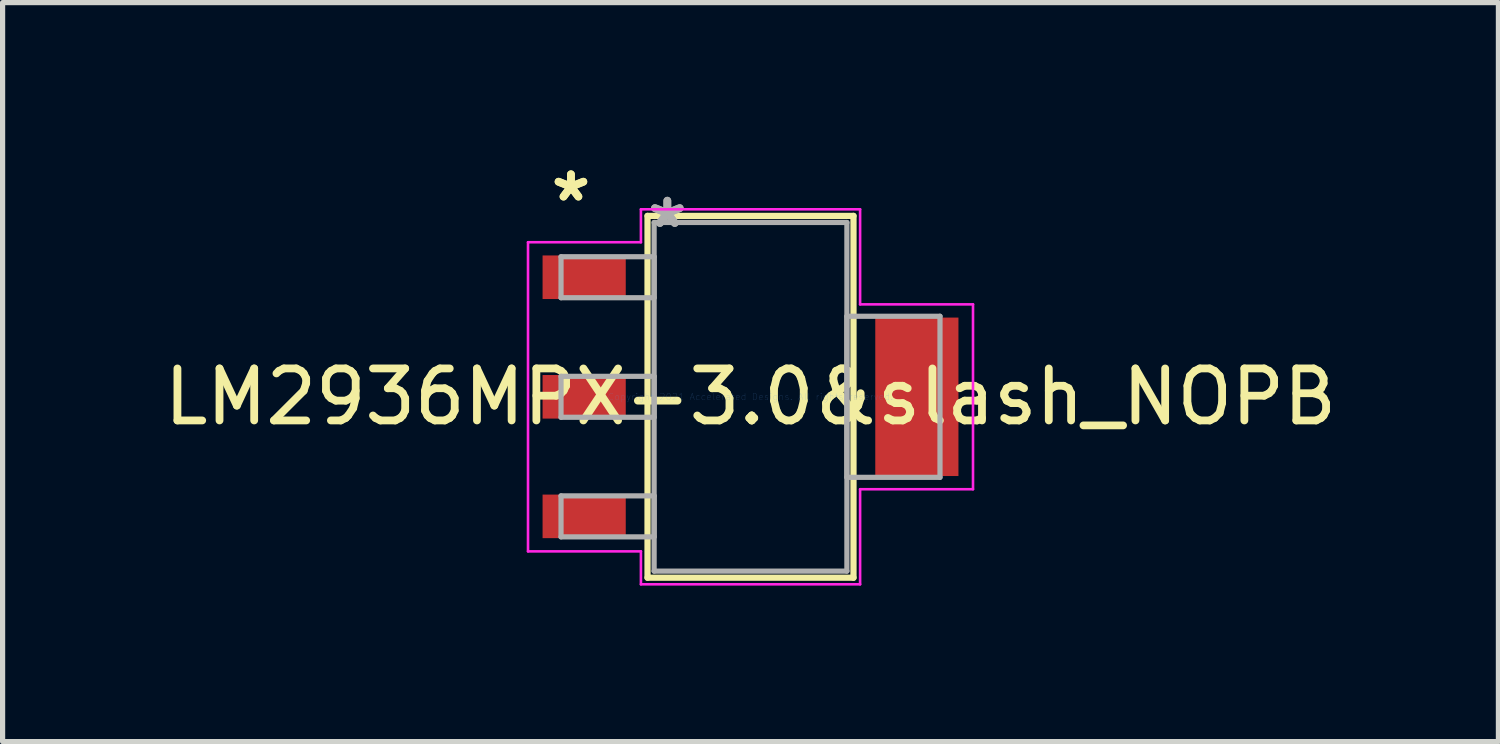
<source format=kicad_pcb>
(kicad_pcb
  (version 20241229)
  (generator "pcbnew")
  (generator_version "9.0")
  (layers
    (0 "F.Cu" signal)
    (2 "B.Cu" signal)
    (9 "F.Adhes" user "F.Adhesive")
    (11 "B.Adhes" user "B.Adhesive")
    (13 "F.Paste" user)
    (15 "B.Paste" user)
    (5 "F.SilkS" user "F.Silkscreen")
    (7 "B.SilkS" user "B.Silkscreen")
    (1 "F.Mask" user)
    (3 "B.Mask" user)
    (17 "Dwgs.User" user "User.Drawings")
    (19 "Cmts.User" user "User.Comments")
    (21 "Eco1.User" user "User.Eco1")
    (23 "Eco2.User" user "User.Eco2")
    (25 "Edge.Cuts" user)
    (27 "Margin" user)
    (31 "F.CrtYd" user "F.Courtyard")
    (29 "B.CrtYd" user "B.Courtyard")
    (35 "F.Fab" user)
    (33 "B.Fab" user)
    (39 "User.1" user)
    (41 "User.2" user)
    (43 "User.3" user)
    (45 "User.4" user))
  (footprint "LM2936MPX-3.0&slash_NOPB"
    (layer "F.Cu")
    (at 11.387 4.583)
    (property "Reference" "LM2936MPX-3.0&slash_NOPB" (at 0 0 0) (layer "F.SilkS") (effects (font (size 1 1) (thickness 0.15))))
    (attr through_hole)
    (fp_line (start -1.981 -3.48) (end -1.981 3.48) (stroke (width 0.12) (type solid)) (layer "F.SilkS"))
    (fp_line (start -1.981 3.48) (end 1.981 3.48) (stroke (width 0.12) (type solid)) (layer "F.SilkS"))
    (fp_line (start 1.981 -3.48) (end -1.981 -3.48) (stroke (width 0.12) (type solid)) (layer "F.SilkS"))
    (fp_line (start 1.981 3.48) (end 1.981 -3.48) (stroke (width 0.12) (type solid)) (layer "F.SilkS"))
    (fp_line (start -4.28 -2.973) (end -2.108 -2.973) (stroke (width 0.05) (type solid)) (layer "F.CrtYd"))
    (fp_line (start -4.28 2.973) (end -4.28 -2.973) (stroke (width 0.05) (type solid)) (layer "F.CrtYd"))
    (fp_line (start -2.108 -3.607) (end 2.108 -3.607) (stroke (width 0.05) (type solid)) (layer "F.CrtYd"))
    (fp_line (start -2.108 -2.973) (end -2.108 -3.607) (stroke (width 0.05) (type solid)) (layer "F.CrtYd"))
    (fp_line (start -2.108 2.973) (end -4.28 2.973) (stroke (width 0.05) (type solid)) (layer "F.CrtYd"))
    (fp_line (start -2.108 3.607) (end -2.108 2.973) (stroke (width 0.05) (type solid)) (layer "F.CrtYd"))
    (fp_line (start 2.108 -3.607) (end 2.108 -1.778) (stroke (width 0.05) (type solid)) (layer "F.CrtYd"))
    (fp_line (start 2.108 -1.778) (end 4.28 -1.778) (stroke (width 0.05) (type solid)) (layer "F.CrtYd"))
    (fp_line (start 2.108 1.778) (end 2.108 3.607) (stroke (width 0.05) (type solid)) (layer "F.CrtYd"))
    (fp_line (start 2.108 3.607) (end -2.108 3.607) (stroke (width 0.05) (type solid)) (layer "F.CrtYd"))
    (fp_line (start 4.28 -1.778) (end 4.28 1.778) (stroke (width 0.05) (type solid)) (layer "F.CrtYd"))
    (fp_line (start 4.28 1.778) (end 2.108 1.778) (stroke (width 0.05) (type solid)) (layer "F.CrtYd"))
    (fp_line (start -3.645 -2.694) (end -3.645 -1.906) (stroke (width 0.1) (type solid)) (layer "F.Fab"))
    (fp_line (start -3.645 -1.906) (end -1.854 -1.906) (stroke (width 0.1) (type solid)) (layer "F.Fab"))
    (fp_line (start -3.645 -0.394) (end -3.645 0.394) (stroke (width 0.1) (type solid)) (layer "F.Fab"))
    (fp_line (start -3.645 0.394) (end -1.854 0.394) (stroke (width 0.1) (type solid)) (layer "F.Fab"))
    (fp_line (start -3.645 1.906) (end -3.645 2.694) (stroke (width 0.1) (type solid)) (layer "F.Fab"))
    (fp_line (start -3.645 2.694) (end -1.854 2.694) (stroke (width 0.1) (type solid)) (layer "F.Fab"))
    (fp_line (start -1.854 -3.353) (end -1.854 3.353) (stroke (width 0.1) (type solid)) (layer "F.Fab"))
    (fp_line (start -1.854 -2.694) (end -3.645 -2.694) (stroke (width 0.1) (type solid)) (layer "F.Fab"))
    (fp_line (start -1.854 -1.906) (end -1.854 -2.694) (stroke (width 0.1) (type solid)) (layer "F.Fab"))
    (fp_line (start -1.854 -0.394) (end -3.645 -0.394) (stroke (width 0.1) (type solid)) (layer "F.Fab"))
    (fp_line (start -1.854 0.394) (end -1.854 -0.394) (stroke (width 0.1) (type solid)) (layer "F.Fab"))
    (fp_line (start -1.854 1.906) (end -3.645 1.906) (stroke (width 0.1) (type solid)) (layer "F.Fab"))
    (fp_line (start -1.854 2.694) (end -1.854 1.906) (stroke (width 0.1) (type solid)) (layer "F.Fab"))
    (fp_line (start -1.854 3.353) (end 1.854 3.353) (stroke (width 0.1) (type solid)) (layer "F.Fab"))
    (fp_line (start 1.854 -3.353) (end -1.854 -3.353) (stroke (width 0.1) (type solid)) (layer "F.Fab"))
    (fp_line (start 1.854 -1.549) (end 1.854 1.549) (stroke (width 0.1) (type solid)) (layer "F.Fab"))
    (fp_line (start 1.854 1.549) (end 3.645 1.549) (stroke (width 0.1) (type solid)) (layer "F.Fab"))
    (fp_line (start 1.854 3.353) (end 1.854 -3.353) (stroke (width 0.1) (type solid)) (layer "F.Fab"))
    (fp_line (start 3.645 -1.549) (end 1.854 -1.549) (stroke (width 0.1) (type solid)) (layer "F.Fab"))
    (fp_line (start 3.645 1.549) (end 3.645 -1.549) (stroke (width 0.1) (type solid)) (layer "F.Fab"))
    (fp_text user "*" (at -3.454 -3.735 0) (layer "F.SilkS") (effects (font (size 1 1) (thickness 0.15))))
    (fp_text user "*" (at -3.454 -3.735 0) (layer "F.SilkS") (effects (font (size 1 1) (thickness 0.15))))
    (fp_text user "Copyright 2021 Accelerated Designs. All rights reserved." (at 0 0 0) (layer "Cmts.User") (effects (font (size 0.127 0.127) (thickness 0.002))))
    (fp_text user "*" (at -1.6 -3.227 0) (layer "F.Fab") (effects (font (size 1 1) (thickness 0.15))))
    (fp_text user "*" (at -1.6 -3.227 0) (layer "F.Fab") (effects (font (size 1 1) (thickness 0.15))))
    (pad "1" smd rect (at -3.2 -2.3) (size 1.6 0.838) (layers "F.Cu" "F.Mask" "F.Paste"))
    (pad "2" smd rect (at -3.2 0) (size 1.6 0.838) (layers "F.Cu" "F.Mask" "F.Paste"))
    (pad "3" smd rect (at -3.2 2.3) (size 1.6 0.838) (layers "F.Cu" "F.Mask" "F.Paste"))
    (pad "4" smd rect (at 3.2 0) (size 1.6 3.048) (layers "F.Cu" "F.Mask" "F.Paste")))
  (gr_rect
    (start -3 -3)
    (end 25.774 11.215)
    (stroke (width 0.1) (type default))
    (fill no)
    (layer "Edge.Cuts")))
</source>
